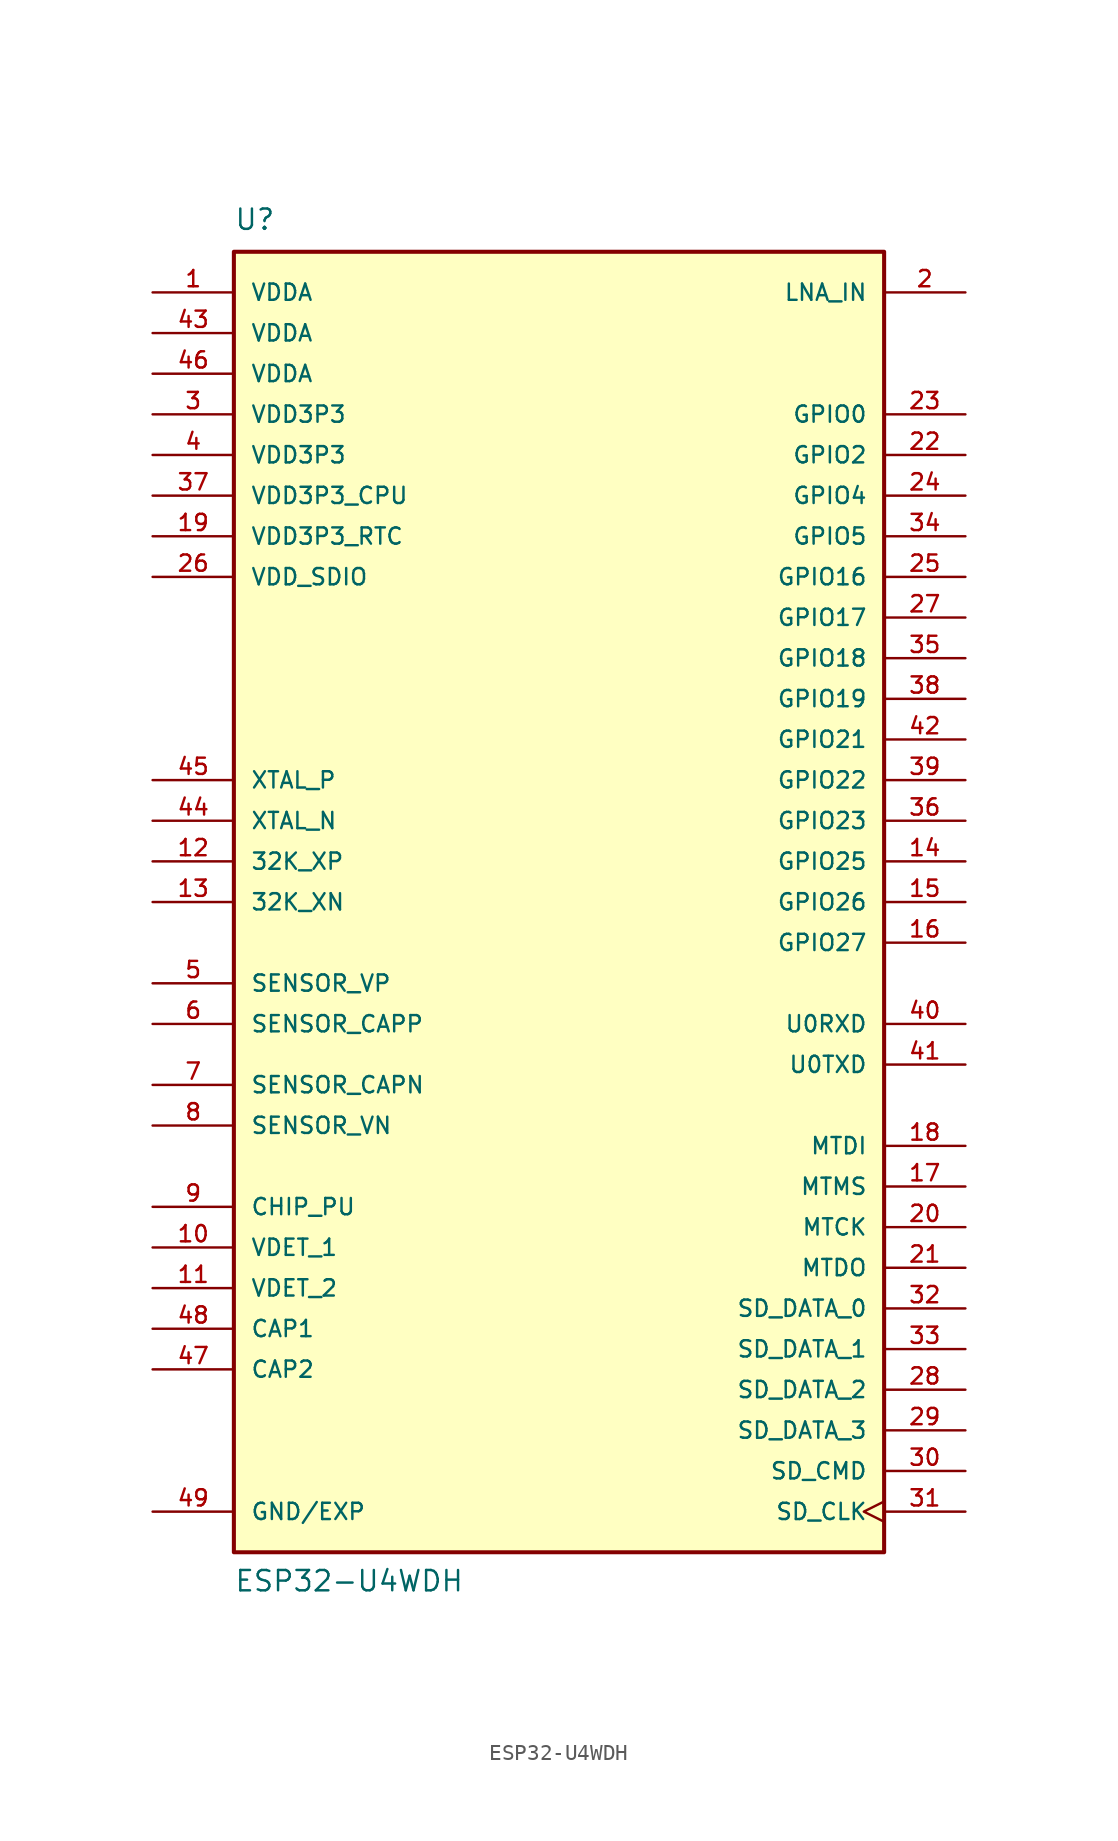
<source format=kicad_sym>
(kicad_symbol_lib
  (version 20211014)
  (generator kicad_symbol_editor)
  (symbol "ESP32-U4WDH"
    (pin_names
      (offset 1.016))
    (property "Reference" "U"
      (at -21.59 40.64 0)
      (effects (font (size 1.27 1.27)) (justify left bottom)))
    (property "Value" "ESP32-U4WDH"
      (at -21.59 -44.45 0)
      (effects (font (size 1.27 1.27)) (justify left bottom)))
    (symbol "ESP32-U4WDH_0_0"
      (rectangle (start -21.59 39.37) (end 19.05 -41.91) (stroke (width 0.254) (type default) (color 0 0 0 0)) (fill (type background)))
      (pin power_in line (at -26.67 36.83 0) (length 5.08) (name "VDDA" (effects (font (size 1.016 1.016)))) (number "1" (effects (font (size 1.016 1.016)))))
      (pin input line (at -26.67 -22.86 0) (length 5.08) (name "VDET_1" (effects (font (size 1.016 1.016)))) (number "10" (effects (font (size 1.016 1.016)))))
      (pin input line (at -26.67 -25.4 0) (length 5.08) (name "VDET_2" (effects (font (size 1.016 1.016)))) (number "11" (effects (font (size 1.016 1.016)))))
      (pin bidirectional line (at -26.67 1.27 0) (length 5.08) (name "32K_XP" (effects (font (size 1.016 1.016)))) (number "12" (effects (font (size 1.016 1.016)))))
      (pin bidirectional line (at -26.67 -1.27 0) (length 5.08) (name "32K_XN" (effects (font (size 1.016 1.016)))) (number "13" (effects (font (size 1.016 1.016)))))
      (pin bidirectional line (at 24.13 1.27 180) (length 5.08) (name "GPIO25" (effects (font (size 1.016 1.016)))) (number "14" (effects (font (size 1.016 1.016)))))
      (pin bidirectional line (at 24.13 -1.27 180) (length 5.08) (name "GPIO26" (effects (font (size 1.016 1.016)))) (number "15" (effects (font (size 1.016 1.016)))))
      (pin bidirectional line (at 24.13 -3.81 180) (length 5.08) (name "GPIO27" (effects (font (size 1.016 1.016)))) (number "16" (effects (font (size 1.016 1.016)))))
      (pin bidirectional line (at 24.13 -19.05 180) (length 5.08) (name "MTMS" (effects (font (size 1.016 1.016)))) (number "17" (effects (font (size 1.016 1.016)))))
      (pin bidirectional line (at 24.13 -16.51 180) (length 5.08) (name "MTDI" (effects (font (size 1.016 1.016)))) (number "18" (effects (font (size 1.016 1.016)))))
      (pin power_in line (at -26.67 21.59 0) (length 5.08) (name "VDD3P3_RTC" (effects (font (size 1.016 1.016)))) (number "19" (effects (font (size 1.016 1.016)))))
      (pin bidirectional line (at 24.13 36.83 180) (length 5.08) (name "LNA_IN" (effects (font (size 1.016 1.016)))) (number "2" (effects (font (size 1.016 1.016)))))
      (pin bidirectional line (at 24.13 -21.59 180) (length 5.08) (name "MTCK" (effects (font (size 1.016 1.016)))) (number "20" (effects (font (size 1.016 1.016)))))
      (pin bidirectional line (at 24.13 -24.13 180) (length 5.08) (name "MTDO" (effects (font (size 1.016 1.016)))) (number "21" (effects (font (size 1.016 1.016)))))
      (pin bidirectional line (at 24.13 26.67 180) (length 5.08) (name "GPIO2" (effects (font (size 1.016 1.016)))) (number "22" (effects (font (size 1.016 1.016)))))
      (pin bidirectional line (at 24.13 29.21 180) (length 5.08) (name "GPIO0" (effects (font (size 1.016 1.016)))) (number "23" (effects (font (size 1.016 1.016)))))
      (pin bidirectional line (at 24.13 24.13 180) (length 5.08) (name "GPIO4" (effects (font (size 1.016 1.016)))) (number "24" (effects (font (size 1.016 1.016)))))
      (pin bidirectional line (at 24.13 19.05 180) (length 5.08) (name "GPIO16" (effects (font (size 1.016 1.016)))) (number "25" (effects (font (size 1.016 1.016)))))
      (pin power_in line (at -26.67 19.05 0) (length 5.08) (name "VDD_SDIO" (effects (font (size 1.016 1.016)))) (number "26" (effects (font (size 1.016 1.016)))))
      (pin bidirectional line (at 24.13 16.51 180) (length 5.08) (name "GPIO17" (effects (font (size 1.016 1.016)))) (number "27" (effects (font (size 1.016 1.016)))))
      (pin bidirectional line (at 24.13 -31.75 180) (length 5.08) (name "SD_DATA_2" (effects (font (size 1.016 1.016)))) (number "28" (effects (font (size 1.016 1.016)))))
      (pin bidirectional line (at 24.13 -34.29 180) (length 5.08) (name "SD_DATA_3" (effects (font (size 1.016 1.016)))) (number "29" (effects (font (size 1.016 1.016)))))
      (pin power_in line (at -26.67 29.21 0) (length 5.08) (name "VDD3P3" (effects (font (size 1.016 1.016)))) (number "3" (effects (font (size 1.016 1.016)))))
      (pin bidirectional line (at 24.13 -36.83 180) (length 5.08) (name "SD_CMD" (effects (font (size 1.016 1.016)))) (number "30" (effects (font (size 1.016 1.016)))))
      (pin bidirectional clock (at 24.13 -39.37 180) (length 5.08) (name "SD_CLK" (effects (font (size 1.016 1.016)))) (number "31" (effects (font (size 1.016 1.016)))))
      (pin bidirectional line (at 24.13 -26.67 180) (length 5.08) (name "SD_DATA_0" (effects (font (size 1.016 1.016)))) (number "32" (effects (font (size 1.016 1.016)))))
      (pin bidirectional line (at 24.13 -29.21 180) (length 5.08) (name "SD_DATA_1" (effects (font (size 1.016 1.016)))) (number "33" (effects (font (size 1.016 1.016)))))
      (pin bidirectional line (at 24.13 21.59 180) (length 5.08) (name "GPIO5" (effects (font (size 1.016 1.016)))) (number "34" (effects (font (size 1.016 1.016)))))
      (pin bidirectional line (at 24.13 13.97 180) (length 5.08) (name "GPIO18" (effects (font (size 1.016 1.016)))) (number "35" (effects (font (size 1.016 1.016)))))
      (pin bidirectional line (at 24.13 3.81 180) (length 5.08) (name "GPIO23" (effects (font (size 1.016 1.016)))) (number "36" (effects (font (size 1.016 1.016)))))
      (pin power_in line (at -26.67 24.13 0) (length 5.08) (name "VDD3P3_CPU" (effects (font (size 1.016 1.016)))) (number "37" (effects (font (size 1.016 1.016)))))
      (pin bidirectional line (at 24.13 11.43 180) (length 5.08) (name "GPIO19" (effects (font (size 1.016 1.016)))) (number "38" (effects (font (size 1.016 1.016)))))
      (pin bidirectional line (at 24.13 6.35 180) (length 5.08) (name "GPIO22" (effects (font (size 1.016 1.016)))) (number "39" (effects (font (size 1.016 1.016)))))
      (pin power_in line (at -26.67 26.67 0) (length 5.08) (name "VDD3P3" (effects (font (size 1.016 1.016)))) (number "4" (effects (font (size 1.016 1.016)))))
      (pin bidirectional line (at 24.13 -8.89 180) (length 5.08) (name "U0RXD" (effects (font (size 1.016 1.016)))) (number "40" (effects (font (size 1.016 1.016)))))
      (pin bidirectional line (at 24.13 -11.43 180) (length 5.08) (name "U0TXD" (effects (font (size 1.016 1.016)))) (number "41" (effects (font (size 1.016 1.016)))))
      (pin bidirectional line (at 24.13 8.89 180) (length 5.08) (name "GPIO21" (effects (font (size 1.016 1.016)))) (number "42" (effects (font (size 1.016 1.016)))))
      (pin power_in line (at -26.67 34.29 0) (length 5.08) (name "VDDA" (effects (font (size 1.016 1.016)))) (number "43" (effects (font (size 1.016 1.016)))))
      (pin output line (at -26.67 3.81 0) (length 5.08) (name "XTAL_N" (effects (font (size 1.016 1.016)))) (number "44" (effects (font (size 1.016 1.016)))))
      (pin input line (at -26.67 6.35 0) (length 5.08) (name "XTAL_P" (effects (font (size 1.016 1.016)))) (number "45" (effects (font (size 1.016 1.016)))))
      (pin power_in line (at -26.67 31.75 0) (length 5.08) (name "VDDA" (effects (font (size 1.016 1.016)))) (number "46" (effects (font (size 1.016 1.016)))))
      (pin input line (at -26.67 -30.48 0) (length 5.08) (name "CAP2" (effects (font (size 1.016 1.016)))) (number "47" (effects (font (size 1.016 1.016)))))
      (pin input line (at -26.67 -27.94 0) (length 5.08) (name "CAP1" (effects (font (size 1.016 1.016)))) (number "48" (effects (font (size 1.016 1.016)))))
      (pin power_in line (at -26.67 -39.37 0) (length 5.08) (name "GND/EXP" (effects (font (size 1.016 1.016)))) (number "49" (effects (font (size 1.016 1.016)))))
      (pin input line (at -26.67 -6.35 0) (length 5.08) (name "SENSOR_VP" (effects (font (size 1.016 1.016)))) (number "5" (effects (font (size 1.016 1.016)))))
      (pin input line (at -26.67 -8.89 0) (length 5.08) (name "SENSOR_CAPP" (effects (font (size 1.016 1.016)))) (number "6" (effects (font (size 1.016 1.016)))))
      (pin input line (at -26.67 -12.7 0) (length 5.08) (name "SENSOR_CAPN" (effects (font (size 1.016 1.016)))) (number "7" (effects (font (size 1.016 1.016)))))
      (pin input line (at -26.67 -15.24 0) (length 5.08) (name "SENSOR_VN" (effects (font (size 1.016 1.016)))) (number "8" (effects (font (size 1.016 1.016)))))
      (pin input line (at -26.67 -20.32 0) (length 5.08) (name "CHIP_PU" (effects (font (size 1.016 1.016)))) (number "9" (effects (font (size 1.016 1.016))))))))
</source>
